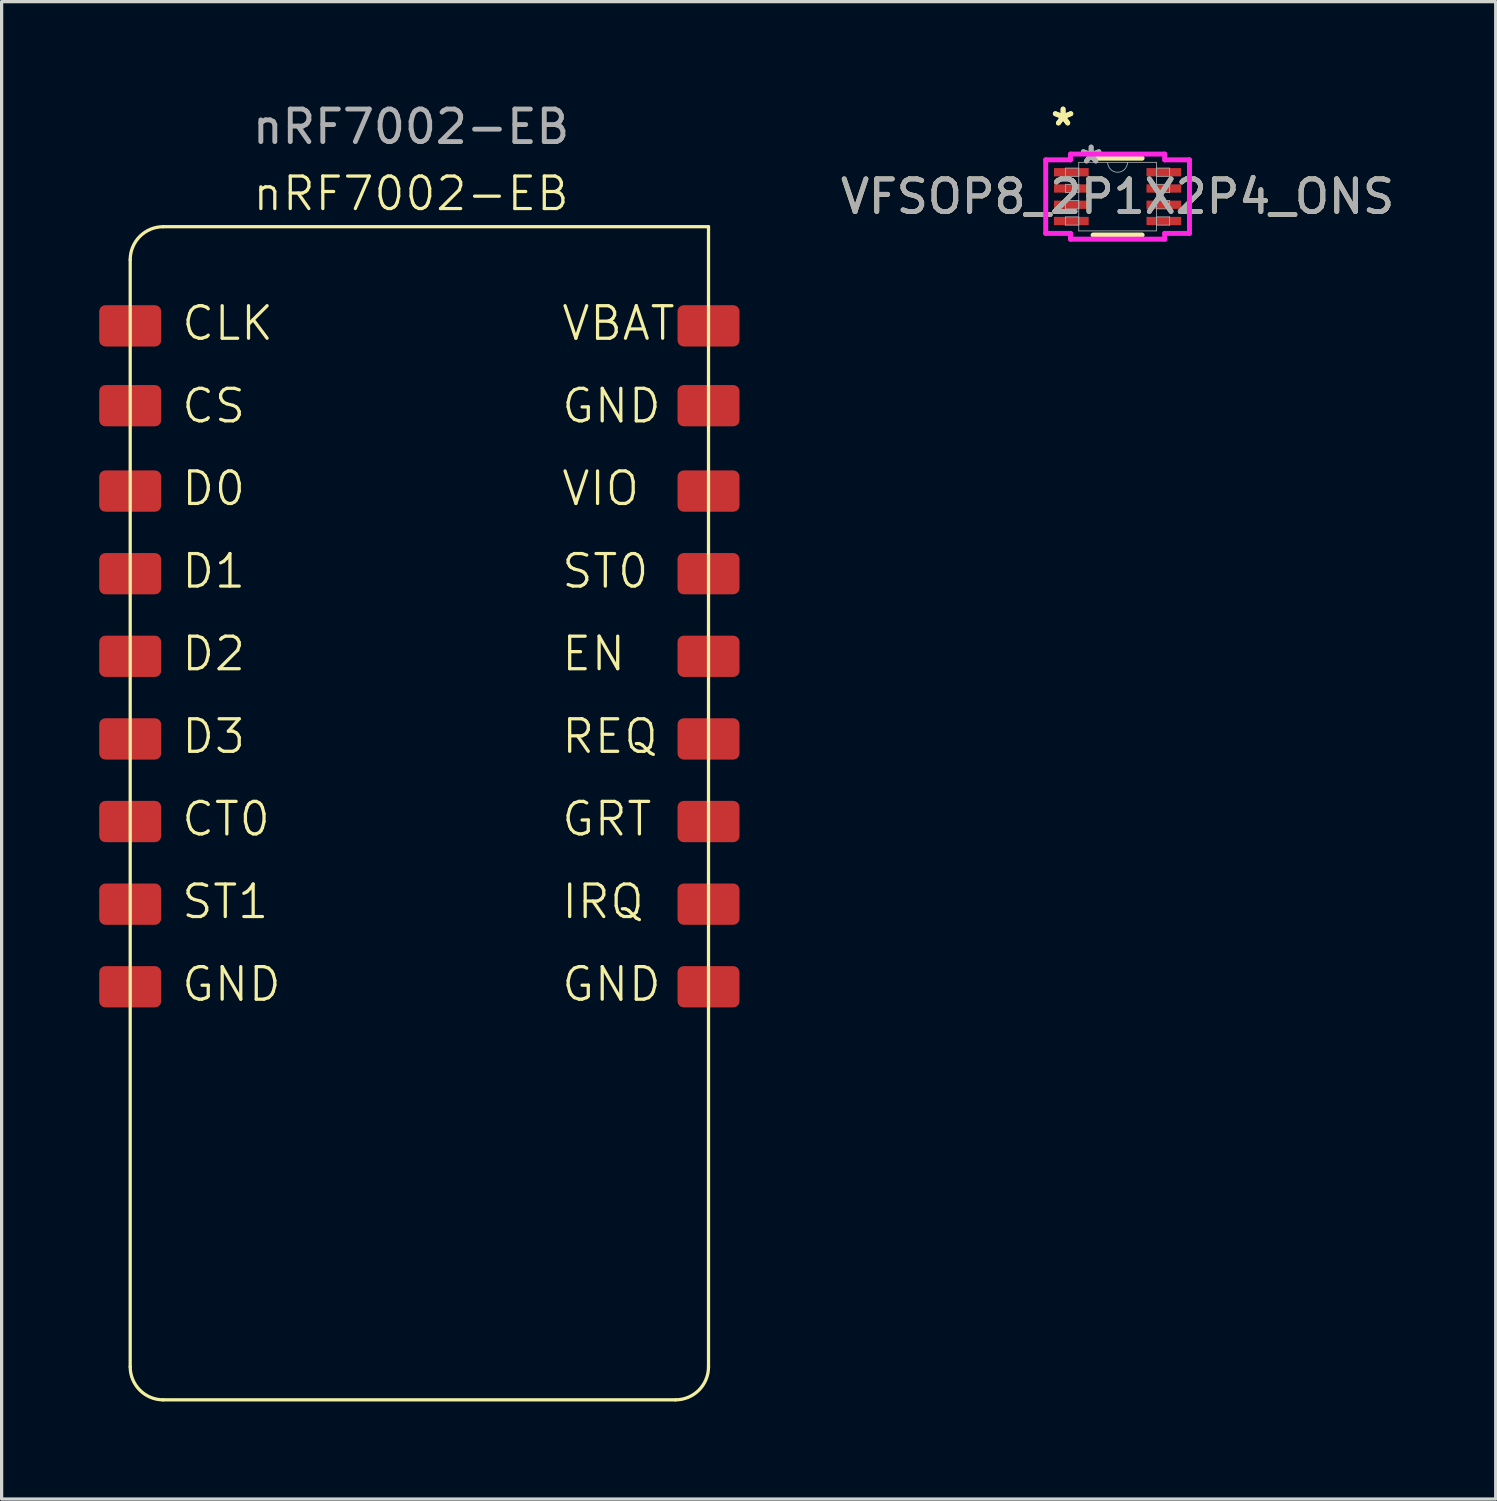
<source format=kicad_pcb>
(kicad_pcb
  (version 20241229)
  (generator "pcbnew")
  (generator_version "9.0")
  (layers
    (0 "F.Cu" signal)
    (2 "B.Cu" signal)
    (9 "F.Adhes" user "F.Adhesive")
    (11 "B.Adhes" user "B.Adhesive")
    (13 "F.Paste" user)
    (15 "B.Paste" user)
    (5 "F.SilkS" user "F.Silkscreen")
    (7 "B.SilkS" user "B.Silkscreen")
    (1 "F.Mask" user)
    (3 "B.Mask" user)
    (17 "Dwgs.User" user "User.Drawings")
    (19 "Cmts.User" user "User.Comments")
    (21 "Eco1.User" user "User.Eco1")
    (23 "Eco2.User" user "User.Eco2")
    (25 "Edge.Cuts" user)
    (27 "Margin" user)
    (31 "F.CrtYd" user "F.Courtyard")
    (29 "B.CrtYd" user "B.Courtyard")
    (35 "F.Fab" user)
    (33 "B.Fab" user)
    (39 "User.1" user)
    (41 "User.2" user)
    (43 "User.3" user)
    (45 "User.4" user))
  (footprint "VFSOP8_2P1X2P4_ONS"
    (layer "F.Cu")
    (at 31.31 2.995)
    (property "Reference" "VFSOP8_2P1X2P4_ONS" (at 0 0 0) (unlocked yes) (layer "F.SilkS") (effects (font (size 1 1) (thickness 0.15))))
    (attr smd)
    (fp_line (start -0.754 1.181) (end 0.754 1.181) (stroke (width 0.152) (type solid)) (layer "F.SilkS"))
    (fp_line (start 0.754 -1.181) (end -0.754 -1.181) (stroke (width 0.152) (type solid)) (layer "F.SilkS"))
    (fp_line (start -2.21 -1.131) (end -1.448 -1.131) (stroke (width 0.152) (type solid)) (layer "F.CrtYd"))
    (fp_line (start -2.21 1.131) (end -2.21 -1.131) (stroke (width 0.152) (type solid)) (layer "F.CrtYd"))
    (fp_line (start -2.21 1.131) (end -1.448 1.131) (stroke (width 0.152) (type solid)) (layer "F.CrtYd"))
    (fp_line (start -1.448 -1.308) (end 1.448 -1.308) (stroke (width 0.152) (type solid)) (layer "F.CrtYd"))
    (fp_line (start -1.448 -1.131) (end -1.448 -1.308) (stroke (width 0.152) (type solid)) (layer "F.CrtYd"))
    (fp_line (start -1.448 1.308) (end -1.448 1.131) (stroke (width 0.152) (type solid)) (layer "F.CrtYd"))
    (fp_line (start 1.448 -1.308) (end 1.448 -1.131) (stroke (width 0.152) (type solid)) (layer "F.CrtYd"))
    (fp_line (start 1.448 1.131) (end 1.448 1.308) (stroke (width 0.152) (type solid)) (layer "F.CrtYd"))
    (fp_line (start 1.448 1.308) (end -1.448 1.308) (stroke (width 0.152) (type solid)) (layer "F.CrtYd"))
    (fp_line (start 2.21 -1.131) (end 1.448 -1.131) (stroke (width 0.152) (type solid)) (layer "F.CrtYd"))
    (fp_line (start 2.21 -1.131) (end 2.21 1.131) (stroke (width 0.152) (type solid)) (layer "F.CrtYd"))
    (fp_line (start 2.21 1.131) (end 1.448 1.131) (stroke (width 0.152) (type solid)) (layer "F.CrtYd"))
    (fp_line (start -1.6 -0.877) (end -1.6 -0.623) (stroke (width 0.025) (type solid)) (layer "F.Fab"))
    (fp_line (start -1.6 -0.623) (end -1.194 -0.623) (stroke (width 0.025) (type solid)) (layer "F.Fab"))
    (fp_line (start -1.6 -0.377) (end -1.6 -0.123) (stroke (width 0.025) (type solid)) (layer "F.Fab"))
    (fp_line (start -1.6 -0.123) (end -1.194 -0.123) (stroke (width 0.025) (type solid)) (layer "F.Fab"))
    (fp_line (start -1.6 0.123) (end -1.6 0.377) (stroke (width 0.025) (type solid)) (layer "F.Fab"))
    (fp_line (start -1.6 0.377) (end -1.194 0.377) (stroke (width 0.025) (type solid)) (layer "F.Fab"))
    (fp_line (start -1.6 0.623) (end -1.6 0.877) (stroke (width 0.025) (type solid)) (layer "F.Fab"))
    (fp_line (start -1.6 0.877) (end -1.194 0.877) (stroke (width 0.025) (type solid)) (layer "F.Fab"))
    (fp_line (start -1.194 -1.054) (end -1.194 1.054) (stroke (width 0.025) (type solid)) (layer "F.Fab"))
    (fp_line (start -1.194 -0.877) (end -1.6 -0.877) (stroke (width 0.025) (type solid)) (layer "F.Fab"))
    (fp_line (start -1.194 -0.623) (end -1.194 -0.877) (stroke (width 0.025) (type solid)) (layer "F.Fab"))
    (fp_line (start -1.194 -0.377) (end -1.6 -0.377) (stroke (width 0.025) (type solid)) (layer "F.Fab"))
    (fp_line (start -1.194 -0.123) (end -1.194 -0.377) (stroke (width 0.025) (type solid)) (layer "F.Fab"))
    (fp_line (start -1.194 0.123) (end -1.6 0.123) (stroke (width 0.025) (type solid)) (layer "F.Fab"))
    (fp_line (start -1.194 0.377) (end -1.194 0.123) (stroke (width 0.025) (type solid)) (layer "F.Fab"))
    (fp_line (start -1.194 0.623) (end -1.6 0.623) (stroke (width 0.025) (type solid)) (layer "F.Fab"))
    (fp_line (start -1.194 0.877) (end -1.194 0.623) (stroke (width 0.025) (type solid)) (layer "F.Fab"))
    (fp_line (start -1.194 1.054) (end 1.194 1.054) (stroke (width 0.025) (type solid)) (layer "F.Fab"))
    (fp_line (start 1.194 -1.054) (end -1.194 -1.054) (stroke (width 0.025) (type solid)) (layer "F.Fab"))
    (fp_line (start 1.194 -0.877) (end 1.194 -0.623) (stroke (width 0.025) (type solid)) (layer "F.Fab"))
    (fp_line (start 1.194 -0.623) (end 1.6 -0.623) (stroke (width 0.025) (type solid)) (layer "F.Fab"))
    (fp_line (start 1.194 -0.377) (end 1.194 -0.123) (stroke (width 0.025) (type solid)) (layer "F.Fab"))
    (fp_line (start 1.194 -0.123) (end 1.6 -0.123) (stroke (width 0.025) (type solid)) (layer "F.Fab"))
    (fp_line (start 1.194 0.123) (end 1.194 0.377) (stroke (width 0.025) (type solid)) (layer "F.Fab"))
    (fp_line (start 1.194 0.377) (end 1.6 0.377) (stroke (width 0.025) (type solid)) (layer "F.Fab"))
    (fp_line (start 1.194 0.623) (end 1.194 0.877) (stroke (width 0.025) (type solid)) (layer "F.Fab"))
    (fp_line (start 1.194 0.877) (end 1.6 0.877) (stroke (width 0.025) (type solid)) (layer "F.Fab"))
    (fp_line (start 1.194 1.054) (end 1.194 -1.054) (stroke (width 0.025) (type solid)) (layer "F.Fab"))
    (fp_line (start 1.6 -0.877) (end 1.194 -0.877) (stroke (width 0.025) (type solid)) (layer "F.Fab"))
    (fp_line (start 1.6 -0.623) (end 1.6 -0.877) (stroke (width 0.025) (type solid)) (layer "F.Fab"))
    (fp_line (start 1.6 -0.377) (end 1.194 -0.377) (stroke (width 0.025) (type solid)) (layer "F.Fab"))
    (fp_line (start 1.6 -0.123) (end 1.6 -0.377) (stroke (width 0.025) (type solid)) (layer "F.Fab"))
    (fp_line (start 1.6 0.123) (end 1.194 0.123) (stroke (width 0.025) (type solid)) (layer "F.Fab"))
    (fp_line (start 1.6 0.377) (end 1.6 0.123) (stroke (width 0.025) (type solid)) (layer "F.Fab"))
    (fp_line (start 1.6 0.623) (end 1.194 0.623) (stroke (width 0.025) (type solid)) (layer "F.Fab"))
    (fp_line (start 1.6 0.877) (end 1.6 0.623) (stroke (width 0.025) (type solid)) (layer "F.Fab"))
    (fp_arc (start 0.3048 -1.0541) (mid 0 -0.7493) (end -0.3048 -1.0541) (stroke (width 0.0254) (type solid)) (layer "F.Fab"))
    (fp_text user "*" (at -1.676 -2.147 0) (layer "F.SilkS") (effects (font (size 1 1) (thickness 0.15))))
    (fp_text user "*" (at -1.676 -2.147 0) (unlocked yes) (layer "F.SilkS") (effects (font (size 1 1) (thickness 0.15))))
    (fp_text user "*" (at -0.813 -0.978 0) (layer "F.Fab") (effects (font (size 1 1) (thickness 0.15))))
    (fp_text user "*" (at -0.813 -0.978 0) (unlocked yes) (layer "F.Fab") (effects (font (size 1 1) (thickness 0.15))))
    (fp_text user "${REFERENCE}" (at 0 0 0) (unlocked yes) (layer "F.Fab") (effects (font (size 1 1) (thickness 0.15))))
    (pad "1" smd rect (at -1.422 -0.75) (size 1.067 0.254) (layers "F.Cu" "F.Mask" "F.Paste"))
    (pad "2" smd rect (at -1.422 -0.25) (size 1.067 0.254) (layers "F.Cu" "F.Mask" "F.Paste"))
    (pad "3" smd rect (at -1.422 0.25) (size 1.067 0.254) (layers "F.Cu" "F.Mask" "F.Paste"))
    (pad "4" smd rect (at -1.422 0.75) (size 1.067 0.254) (layers "F.Cu" "F.Mask" "F.Paste"))
    (pad "5" smd rect (at 1.422 0.75) (size 1.067 0.254) (layers "F.Cu" "F.Mask" "F.Paste"))
    (pad "6" smd rect (at 1.422 0.25) (size 1.067 0.254) (layers "F.Cu" "F.Mask" "F.Paste"))
    (pad "7" smd rect (at 1.422 -0.25) (size 1.067 0.254) (layers "F.Cu" "F.Mask" "F.Paste"))
    (pad "8" smd rect (at 1.422 -0.75) (size 1.067 0.254) (layers "F.Cu" "F.Mask" "F.Paste")))
  (footprint "nRF7002-EB"
    (layer "F.Cu")
    (at 0.953 6.968)
    (property "Reference" "nRF7002-EB" (at 8.636 -4.064 0) (unlocked yes) (layer "F.SilkS") (effects (font (size 1 1) (thickness 0.1))))
    (attr smd)
    (fp_line (start 0.000001 -2.032) (end 0 32.004) (stroke (width 0.1) (type default)) (layer "F.SilkS"))
    (fp_line (start 1.016 33.02) (end 16.764 33.02) (stroke (width 0.1) (type default)) (layer "F.SilkS"))
    (fp_line (start 17.78 -3.048) (end 1.016 -3.048) (stroke (width 0.1) (type default)) (layer "F.SilkS"))
    (fp_line (start 17.78 32.004) (end 17.78 -3.048) (stroke (width 0.1) (type default)) (layer "F.SilkS"))
    (fp_arc (start 0 -2.032) (mid 0.29758 -2.75042) (end 1.016 -3.048) (stroke (width 0.1) (type default)) (layer "F.SilkS"))
    (fp_arc (start 1.016 33.02) (mid 0.29758 32.72242) (end 0 32.004) (stroke (width 0.1) (type default)) (layer "F.SilkS"))
    (fp_arc (start 17.78 32.004) (mid 17.48242 32.72242) (end 16.764 33.02) (stroke (width 0.1) (type default)) (layer "F.SilkS"))
    (fp_text user "D3" (at 1.524 13.208 0) (unlocked yes) (layer "F.SilkS") (effects (font (size 1 1) (thickness 0.1)) (justify left bottom)))
    (fp_text user "EN" (at 13.208 10.668 0) (unlocked yes) (layer "F.SilkS") (effects (font (size 1 1) (thickness 0.1)) (justify left bottom)))
    (fp_text user "ST1" (at 1.524 18.288 0) (unlocked yes) (layer "F.SilkS") (effects (font (size 1 1) (thickness 0.1)) (justify left bottom)))
    (fp_text user "CLK" (at 1.524 0.508 0) (unlocked yes) (layer "F.SilkS") (effects (font (size 1 1) (thickness 0.1)) (justify left bottom)))
    (fp_text user "D1" (at 1.524 8.128 0) (unlocked yes) (layer "F.SilkS") (effects (font (size 1 1) (thickness 0.1)) (justify left bottom)))
    (fp_text user "D0" (at 1.524 5.588 0) (unlocked yes) (layer "F.SilkS") (effects (font (size 1 1) (thickness 0.1)) (justify left bottom)))
    (fp_text user "GND" (at 1.524 20.828 0) (unlocked yes) (layer "F.SilkS") (effects (font (size 1 1) (thickness 0.1)) (justify left bottom)))
    (fp_text user "ST0" (at 13.208 8.128 0) (unlocked yes) (layer "F.SilkS") (effects (font (size 1 1) (thickness 0.1)) (justify left bottom)))
    (fp_text user "IRQ" (at 13.208 18.288 0) (unlocked yes) (layer "F.SilkS") (effects (font (size 1 1) (thickness 0.1)) (justify left bottom)))
    (fp_text user "D2" (at 1.524 10.668 0) (unlocked yes) (layer "F.SilkS") (effects (font (size 1 1) (thickness 0.1)) (justify left bottom)))
    (fp_text user "VIO" (at 13.208 5.588 0) (unlocked yes) (layer "F.SilkS") (effects (font (size 1 1) (thickness 0.1)) (justify left bottom)))
    (fp_text user "VBAT" (at 13.208 0.508 0) (unlocked yes) (layer "F.SilkS") (effects (font (size 1 1) (thickness 0.1)) (justify left bottom)))
    (fp_text user "GND" (at 13.208 20.828 0) (unlocked yes) (layer "F.SilkS") (effects (font (size 1 1) (thickness 0.1)) (justify left bottom)))
    (fp_text user "CS" (at 1.524 3.048 0) (unlocked yes) (layer "F.SilkS") (effects (font (size 1 1) (thickness 0.1)) (justify left bottom)))
    (fp_text user "GND" (at 13.208 3.048 0) (unlocked yes) (layer "F.SilkS") (effects (font (size 1 1) (thickness 0.1)) (justify left bottom)))
    (fp_text user "REQ" (at 13.208 13.208 0) (unlocked yes) (layer "F.SilkS") (effects (font (size 1 1) (thickness 0.1)) (justify left bottom)))
    (fp_text user "GRT" (at 13.208 15.748 0) (unlocked yes) (layer "F.SilkS") (effects (font (size 1 1) (thickness 0.1)) (justify left bottom)))
    (fp_text user "CT0" (at 1.524 15.748 0) (unlocked yes) (layer "F.SilkS") (effects (font (size 1 1) (thickness 0.1)) (justify left bottom)))
    (fp_text user "${REFERENCE}" (at 8.636 -6.12 0) (unlocked yes) (layer "F.Fab") (effects (font (size 1 1) (thickness 0.15))))
    (pad "1" smd roundrect (at 0 0) (size 1.905 1.27) (layers "F.Cu" "F.Mask" "F.Paste") (roundrect_rratio 0.15))
    (pad "2" smd roundrect (at 0 2.455) (size 1.905 1.27) (layers "F.Cu" "F.Mask" "F.Paste") (roundrect_rratio 0.15))
    (pad "3" smd roundrect (at 0 5.08) (size 1.905 1.27) (layers "F.Cu" "F.Mask" "F.Paste") (roundrect_rratio 0.15))
    (pad "4" smd roundrect (at 0 7.62) (size 1.905 1.27) (layers "F.Cu" "F.Mask" "F.Paste") (roundrect_rratio 0.15))
    (pad "5" smd roundrect (at 0 10.16) (size 1.905 1.27) (layers "F.Cu" "F.Mask" "F.Paste") (roundrect_rratio 0.15))
    (pad "6" smd roundrect (at 0 12.7) (size 1.905 1.27) (layers "F.Cu" "F.Mask" "F.Paste") (roundrect_rratio 0.15))
    (pad "7" smd roundrect (at 0 15.24) (size 1.905 1.27) (layers "F.Cu" "F.Mask" "F.Paste") (roundrect_rratio 0.15))
    (pad "8" smd roundrect (at 0 17.78) (size 1.905 1.27) (layers "F.Cu" "F.Mask" "F.Paste") (roundrect_rratio 0.15))
    (pad "9" smd roundrect (at 0 20.32) (size 1.905 1.27) (layers "F.Cu" "F.Mask" "F.Paste") (roundrect_rratio 0.15))
    (pad "10" smd roundrect (at 17.78 20.32) (size 1.905 1.27) (layers "F.Cu" "F.Mask" "F.Paste") (roundrect_rratio 0.15))
    (pad "11" smd roundrect (at 17.78 17.78) (size 1.905 1.27) (layers "F.Cu" "F.Mask" "F.Paste") (roundrect_rratio 0.15))
    (pad "12" smd roundrect (at 17.78 15.24) (size 1.905 1.27) (layers "F.Cu" "F.Mask" "F.Paste") (roundrect_rratio 0.15))
    (pad "13" smd roundrect (at 17.78 12.7) (size 1.905 1.27) (layers "F.Cu" "F.Mask" "F.Paste") (roundrect_rratio 0.15))
    (pad "14" smd roundrect (at 17.78 10.16) (size 1.905 1.27) (layers "F.Cu" "F.Mask" "F.Paste") (roundrect_rratio 0.15))
    (pad "15" smd roundrect (at 17.78 7.62) (size 1.905 1.27) (layers "F.Cu" "F.Mask" "F.Paste") (roundrect_rratio 0.15))
    (pad "16" smd roundrect (at 17.78 5.08) (size 1.905 1.27) (layers "F.Cu" "F.Mask" "F.Paste") (roundrect_rratio 0.15))
    (pad "17" smd roundrect (at 17.78 2.455) (size 1.905 1.27) (layers "F.Cu" "F.Mask" "F.Paste") (roundrect_rratio 0.15))
    (pad "18" smd roundrect (at 17.78 0) (size 1.905 1.27) (layers "F.Cu" "F.Mask" "F.Paste") (roundrect_rratio 0.15)))
  (gr_rect
    (start -3 -3)
    (end 42.935 43.038)
    (stroke (width 0.1) (type default))
    (fill no)
    (layer "Edge.Cuts")))
</source>
